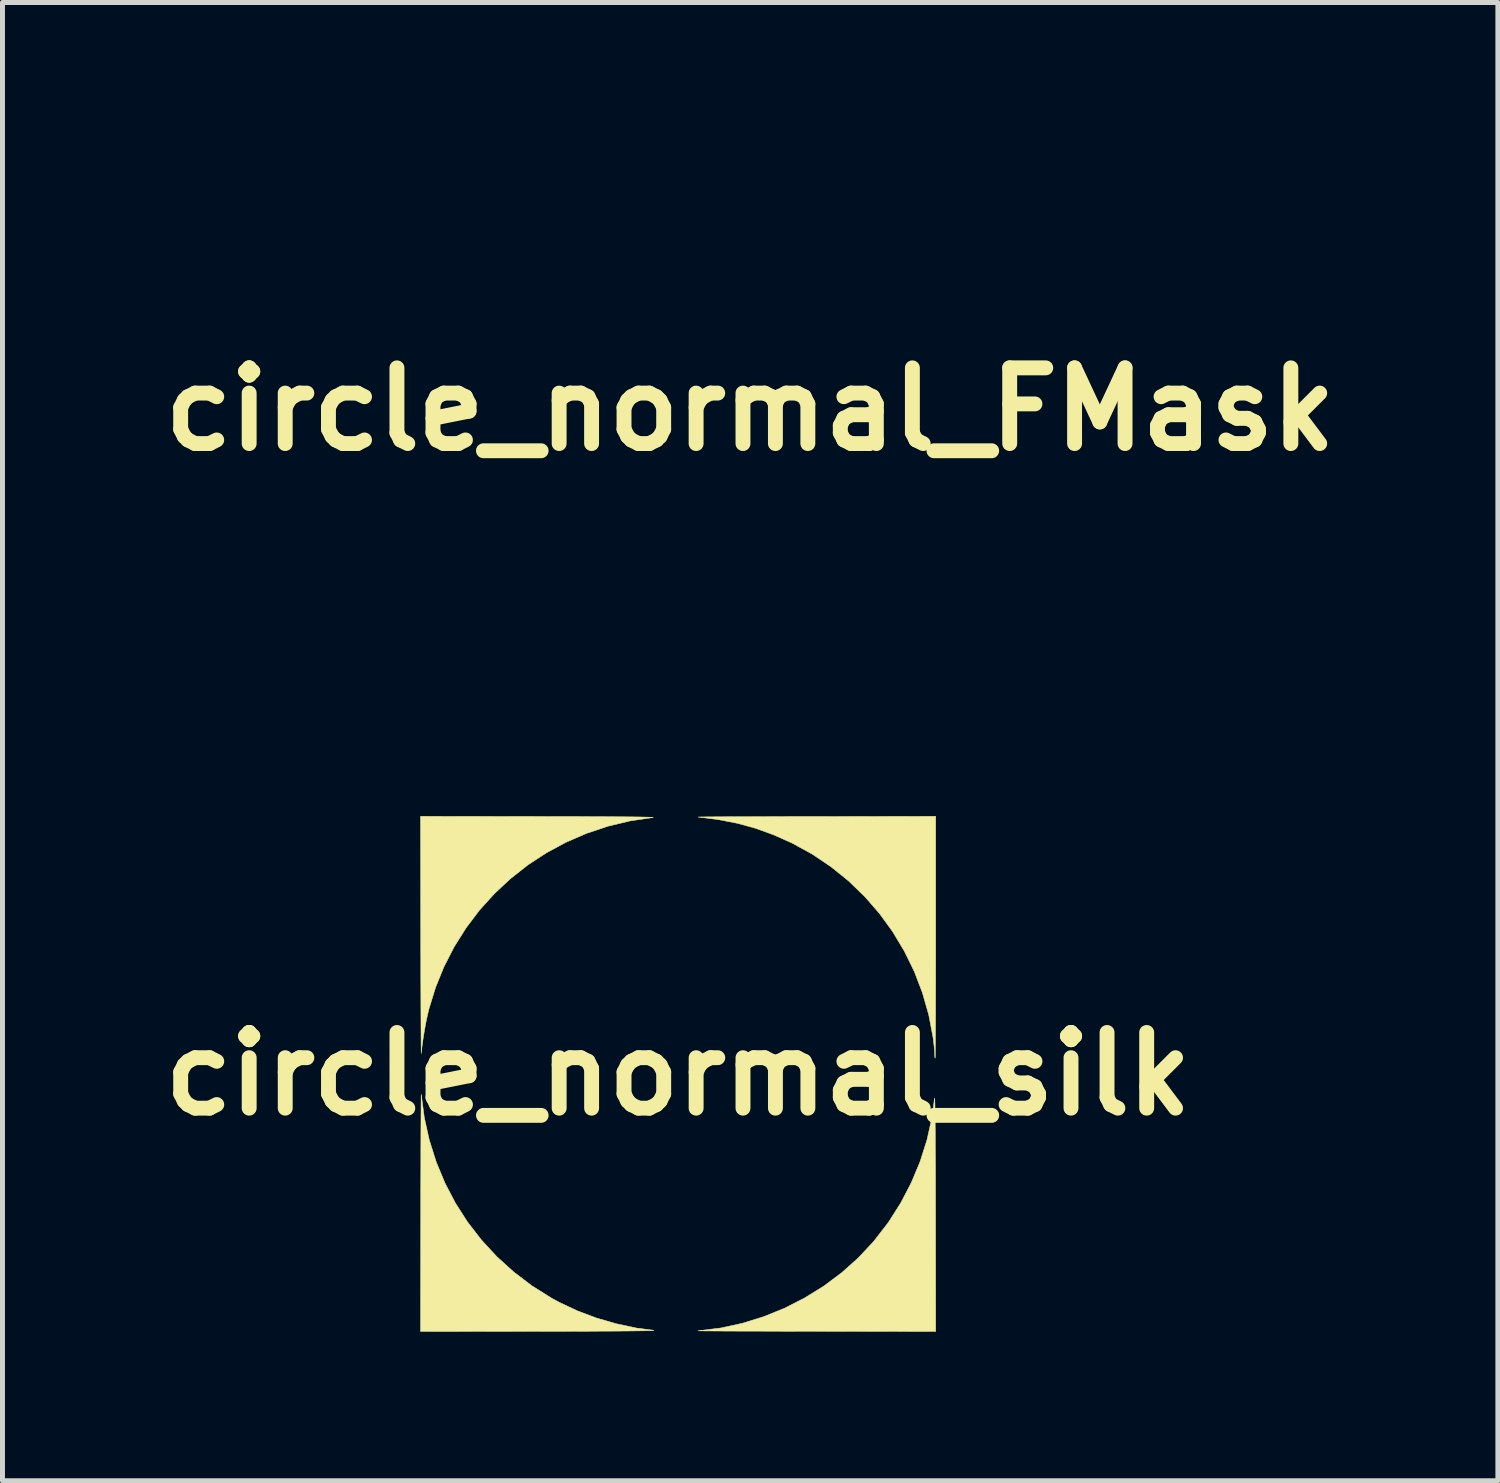
<source format=kicad_pcb>
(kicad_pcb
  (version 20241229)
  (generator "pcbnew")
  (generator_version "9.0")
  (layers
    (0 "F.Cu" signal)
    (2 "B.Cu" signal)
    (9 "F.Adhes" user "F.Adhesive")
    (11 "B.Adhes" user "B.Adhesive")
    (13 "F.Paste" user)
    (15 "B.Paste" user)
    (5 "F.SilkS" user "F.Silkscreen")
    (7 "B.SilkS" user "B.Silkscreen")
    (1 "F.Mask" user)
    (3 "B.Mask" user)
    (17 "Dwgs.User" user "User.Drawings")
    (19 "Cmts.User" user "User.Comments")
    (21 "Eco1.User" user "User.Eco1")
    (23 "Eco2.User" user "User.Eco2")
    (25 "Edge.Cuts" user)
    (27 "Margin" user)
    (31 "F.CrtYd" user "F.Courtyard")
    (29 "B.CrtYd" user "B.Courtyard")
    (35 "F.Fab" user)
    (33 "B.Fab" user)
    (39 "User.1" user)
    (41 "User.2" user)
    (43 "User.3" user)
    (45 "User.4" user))
  (footprint "circle_normal_silk"
    (layer "F.Cu")
    (at 10.603 18.572)
    (property "Reference" "circle_normal_silk" (at 0 0 0) (layer "F.SilkS") (effects (font (size 1.524 1.524) (thickness 0.3))))
    (attr through_hole)
    (fp_poly (pts (xy -5.171 0.413) (xy -5.11 0.88) (xy -5.009 1.334) (xy -4.87 1.774) (xy -4.694 2.197) (xy -4.483 2.601) (xy -4.238 2.984) (xy -3.959 3.344) (xy -3.65 3.679) (xy -3.31 3.987) (xy -2.942 4.267) (xy -2.547 4.515) (xy -2.39 4.6) (xy -2.03 4.769) (xy -1.645 4.914) (xy -1.245 5.03) (xy -0.842 5.116) (xy -0.497 5.162) (xy -0.488 5.165) (xy -0.52 5.167) (xy -0.592 5.17) (xy -0.703 5.172) (xy -0.851 5.174) (xy -1.037 5.176) (xy -1.258 5.178) (xy -1.513 5.179) (xy -1.802 5.181) (xy -2.123 5.182) (xy -2.475 5.183) (xy -2.746 5.183) (xy -5.186 5.186) (xy -5.182 2.757) (xy -5.182 2.442) (xy -5.181 2.14) (xy -5.18 1.855) (xy -5.18 1.587) (xy -5.179 1.341) (xy -5.178 1.118) (xy -5.177 0.921) (xy -5.176 0.752) (xy -5.175 0.614) (xy -5.174 0.51) (xy -5.173 0.442) (xy -5.172 0.412) (xy -5.171 0.413)) (stroke (width 0.01) (type solid)) (fill yes) (layer "F.SilkS"))
    (fp_poly (pts (xy 5.167 0.52) (xy 5.17 0.592) (xy 5.172 0.703) (xy 5.174 0.851) (xy 5.176 1.037) (xy 5.178 1.258) (xy 5.179 1.513) (xy 5.181 1.802) (xy 5.182 2.123) (xy 5.183 2.475) (xy 5.183 2.746) (xy 5.186 5.186) (xy 2.746 5.182) (xy 2.431 5.182) (xy 2.129 5.181) (xy 1.843 5.18) (xy 1.576 5.179) (xy 1.329 5.179) (xy 1.106 5.178) (xy 0.909 5.177) (xy 0.741 5.176) (xy 0.603 5.175) (xy 0.499 5.174) (xy 0.431 5.173) (xy 0.401 5.172) (xy 0.402 5.171) (xy 0.848 5.117) (xy 1.288 5.022) (xy 1.72 4.888) (xy 2.14 4.718) (xy 2.544 4.512) (xy 2.929 4.274) (xy 3.291 4.004) (xy 3.627 3.704) (xy 3.934 3.376) (xy 3.951 3.355) (xy 4.234 2.988) (xy 4.482 2.598) (xy 4.695 2.189) (xy 4.872 1.765) (xy 5.011 1.327) (xy 5.11 0.882) (xy 5.162 0.497) (xy 5.165 0.488) (xy 5.167 0.52)) (stroke (width 0.01) (type solid)) (fill yes) (layer "F.SilkS"))
    (fp_poly (pts (xy -2.757 -5.183) (xy -2.378 -5.182) (xy -2.03 -5.182) (xy -1.715 -5.18) (xy -1.434 -5.179) (xy -1.188 -5.177) (xy -0.978 -5.176) (xy -0.804 -5.174) (xy -0.669 -5.171) (xy -0.572 -5.169) (xy -0.515 -5.166) (xy -0.498 -5.163) (xy -0.508 -5.162) (xy -0.967 -5.094) (xy -1.413 -4.987) (xy -1.844 -4.843) (xy -2.257 -4.664) (xy -2.652 -4.451) (xy -3.025 -4.207) (xy -3.375 -3.931) (xy -3.7 -3.628) (xy -3.999 -3.297) (xy -4.268 -2.941) (xy -4.507 -2.562) (xy -4.713 -2.161) (xy -4.884 -1.74) (xy -5.019 -1.301) (xy -5.044 -1.196) (xy -5.077 -1.043) (xy -5.109 -0.867) (xy -5.138 -0.685) (xy -5.161 -0.515) (xy -5.171 -0.413) (xy -5.172 -0.422) (xy -5.173 -0.472) (xy -5.174 -0.558) (xy -5.175 -0.68) (xy -5.176 -0.833) (xy -5.177 -1.017) (xy -5.178 -1.227) (xy -5.179 -1.463) (xy -5.18 -1.72) (xy -5.181 -1.997) (xy -5.181 -2.291) (xy -5.182 -2.6) (xy -5.182 -2.757) (xy -5.186 -5.186) (xy -2.757 -5.183)) (stroke (width 0.01) (type solid)) (fill yes) (layer "F.SilkS"))
    (fp_poly (pts (xy 5.186 -2.752) (xy 5.186 -2.434) (xy 5.185 -2.129) (xy 5.185 -1.839) (xy 5.184 -1.566) (xy 5.184 -1.313) (xy 5.183 -1.082) (xy 5.182 -0.877) (xy 5.181 -0.699) (xy 5.18 -0.553) (xy 5.179 -0.439) (xy 5.177 -0.361) (xy 5.176 -0.322) (xy 5.175 -0.318) (xy 5.169 -0.336) (xy 5.165 -0.385) (xy 5.165 -0.415) (xy 5.162 -0.478) (xy 5.153 -0.569) (xy 5.141 -0.673) (xy 5.132 -0.738) (xy 5.045 -1.194) (xy 4.918 -1.636) (xy 4.755 -2.063) (xy 4.555 -2.471) (xy 4.322 -2.86) (xy 4.056 -3.227) (xy 3.759 -3.569) (xy 3.433 -3.884) (xy 3.079 -4.17) (xy 2.699 -4.426) (xy 2.297 -4.646) (xy 1.931 -4.81) (xy 1.566 -4.943) (xy 1.192 -5.046) (xy 0.799 -5.122) (xy 0.402 -5.172) (xy 0.413 -5.173) (xy 0.464 -5.174) (xy 0.552 -5.175) (xy 0.675 -5.176) (xy 0.83 -5.177) (xy 1.014 -5.178) (xy 1.226 -5.179) (xy 1.462 -5.179) (xy 1.72 -5.18) (xy 1.998 -5.181) (xy 2.292 -5.182) (xy 2.602 -5.182) (xy 2.757 -5.182) (xy 5.186 -5.186) (xy 5.186 -2.752)) (stroke (width 0.01) (type solid)) (fill yes) (layer "F.SilkS")))
  (footprint "circle_normal_FMask"
    (layer "F.Cu")
    (at 12.054 5.191)
    (property "Reference" "circle_normal_FMask" (at 0 0 0) (layer "F.SilkS") (effects (font (size 1.524 1.524) (thickness 0.3))))
    (attr through_hole)
    (fp_poly (pts (xy -5.171 0.413) (xy -5.11 0.88) (xy -5.009 1.334) (xy -4.87 1.774) (xy -4.694 2.197) (xy -4.483 2.601) (xy -4.238 2.984) (xy -3.959 3.344) (xy -3.65 3.679) (xy -3.31 3.987) (xy -2.942 4.267) (xy -2.547 4.515) (xy -2.39 4.6) (xy -2.03 4.769) (xy -1.645 4.914) (xy -1.245 5.03) (xy -0.842 5.116) (xy -0.497 5.162) (xy -0.488 5.165) (xy -0.52 5.167) (xy -0.592 5.17) (xy -0.703 5.172) (xy -0.851 5.174) (xy -1.037 5.176) (xy -1.258 5.178) (xy -1.513 5.179) (xy -1.802 5.181) (xy -2.123 5.182) (xy -2.475 5.183) (xy -2.746 5.183) (xy -5.186 5.186) (xy -5.182 2.757) (xy -5.182 2.442) (xy -5.181 2.14) (xy -5.18 1.855) (xy -5.18 1.587) (xy -5.179 1.341) (xy -5.178 1.118) (xy -5.177 0.921) (xy -5.176 0.752) (xy -5.175 0.614) (xy -5.174 0.51) (xy -5.173 0.442) (xy -5.172 0.412) (xy -5.171 0.413)) (stroke (width 0.01) (type solid)) (fill yes) (layer "F.Mask"))
    (fp_poly (pts (xy 5.167 0.52) (xy 5.17 0.592) (xy 5.172 0.703) (xy 5.174 0.851) (xy 5.176 1.037) (xy 5.178 1.258) (xy 5.179 1.513) (xy 5.181 1.802) (xy 5.182 2.123) (xy 5.183 2.475) (xy 5.183 2.746) (xy 5.186 5.186) (xy 2.746 5.182) (xy 2.431 5.182) (xy 2.129 5.181) (xy 1.843 5.18) (xy 1.576 5.179) (xy 1.329 5.179) (xy 1.106 5.178) (xy 0.909 5.177) (xy 0.741 5.176) (xy 0.603 5.175) (xy 0.499 5.174) (xy 0.431 5.173) (xy 0.401 5.172) (xy 0.402 5.171) (xy 0.848 5.117) (xy 1.288 5.022) (xy 1.72 4.888) (xy 2.14 4.718) (xy 2.544 4.512) (xy 2.929 4.274) (xy 3.291 4.004) (xy 3.627 3.704) (xy 3.934 3.376) (xy 3.951 3.355) (xy 4.234 2.988) (xy 4.482 2.598) (xy 4.695 2.189) (xy 4.872 1.765) (xy 5.011 1.327) (xy 5.11 0.882) (xy 5.162 0.497) (xy 5.165 0.488) (xy 5.167 0.52)) (stroke (width 0.01) (type solid)) (fill yes) (layer "F.Mask"))
    (fp_poly (pts (xy -2.757 -5.183) (xy -2.378 -5.182) (xy -2.03 -5.182) (xy -1.715 -5.18) (xy -1.434 -5.179) (xy -1.188 -5.177) (xy -0.978 -5.176) (xy -0.804 -5.174) (xy -0.669 -5.171) (xy -0.572 -5.169) (xy -0.515 -5.166) (xy -0.498 -5.163) (xy -0.508 -5.162) (xy -0.967 -5.094) (xy -1.413 -4.987) (xy -1.844 -4.843) (xy -2.257 -4.664) (xy -2.652 -4.451) (xy -3.025 -4.207) (xy -3.375 -3.931) (xy -3.7 -3.628) (xy -3.999 -3.297) (xy -4.268 -2.941) (xy -4.507 -2.562) (xy -4.713 -2.161) (xy -4.884 -1.74) (xy -5.019 -1.301) (xy -5.044 -1.196) (xy -5.077 -1.043) (xy -5.109 -0.867) (xy -5.138 -0.685) (xy -5.161 -0.515) (xy -5.171 -0.413) (xy -5.172 -0.422) (xy -5.173 -0.472) (xy -5.174 -0.558) (xy -5.175 -0.68) (xy -5.176 -0.833) (xy -5.177 -1.017) (xy -5.178 -1.227) (xy -5.179 -1.463) (xy -5.18 -1.72) (xy -5.181 -1.997) (xy -5.181 -2.291) (xy -5.182 -2.6) (xy -5.182 -2.757) (xy -5.186 -5.186) (xy -2.757 -5.183)) (stroke (width 0.01) (type solid)) (fill yes) (layer "F.Mask"))
    (fp_poly (pts (xy 5.186 -2.752) (xy 5.186 -2.434) (xy 5.185 -2.129) (xy 5.185 -1.839) (xy 5.184 -1.566) (xy 5.184 -1.313) (xy 5.183 -1.082) (xy 5.182 -0.877) (xy 5.181 -0.699) (xy 5.18 -0.553) (xy 5.179 -0.439) (xy 5.177 -0.361) (xy 5.176 -0.322) (xy 5.175 -0.318) (xy 5.169 -0.336) (xy 5.165 -0.385) (xy 5.165 -0.415) (xy 5.162 -0.478) (xy 5.153 -0.569) (xy 5.141 -0.673) (xy 5.132 -0.738) (xy 5.045 -1.194) (xy 4.918 -1.636) (xy 4.755 -2.063) (xy 4.555 -2.471) (xy 4.322 -2.86) (xy 4.056 -3.227) (xy 3.759 -3.569) (xy 3.433 -3.884) (xy 3.079 -4.17) (xy 2.699 -4.426) (xy 2.297 -4.646) (xy 1.931 -4.81) (xy 1.566 -4.943) (xy 1.192 -5.046) (xy 0.799 -5.122) (xy 0.402 -5.172) (xy 0.413 -5.173) (xy 0.464 -5.174) (xy 0.552 -5.175) (xy 0.675 -5.176) (xy 0.83 -5.177) (xy 1.014 -5.178) (xy 1.226 -5.179) (xy 1.462 -5.179) (xy 1.72 -5.18) (xy 1.998 -5.181) (xy 2.292 -5.182) (xy 2.602 -5.182) (xy 2.757 -5.182) (xy 5.186 -5.186) (xy 5.186 -2.752)) (stroke (width 0.01) (type solid)) (fill yes) (layer "F.Mask")))
  (gr_rect
    (start -3 -3)
    (end 27.108 26.763)
    (stroke (width 0.1) (type default))
    (fill no)
    (layer "Edge.Cuts")))
</source>
